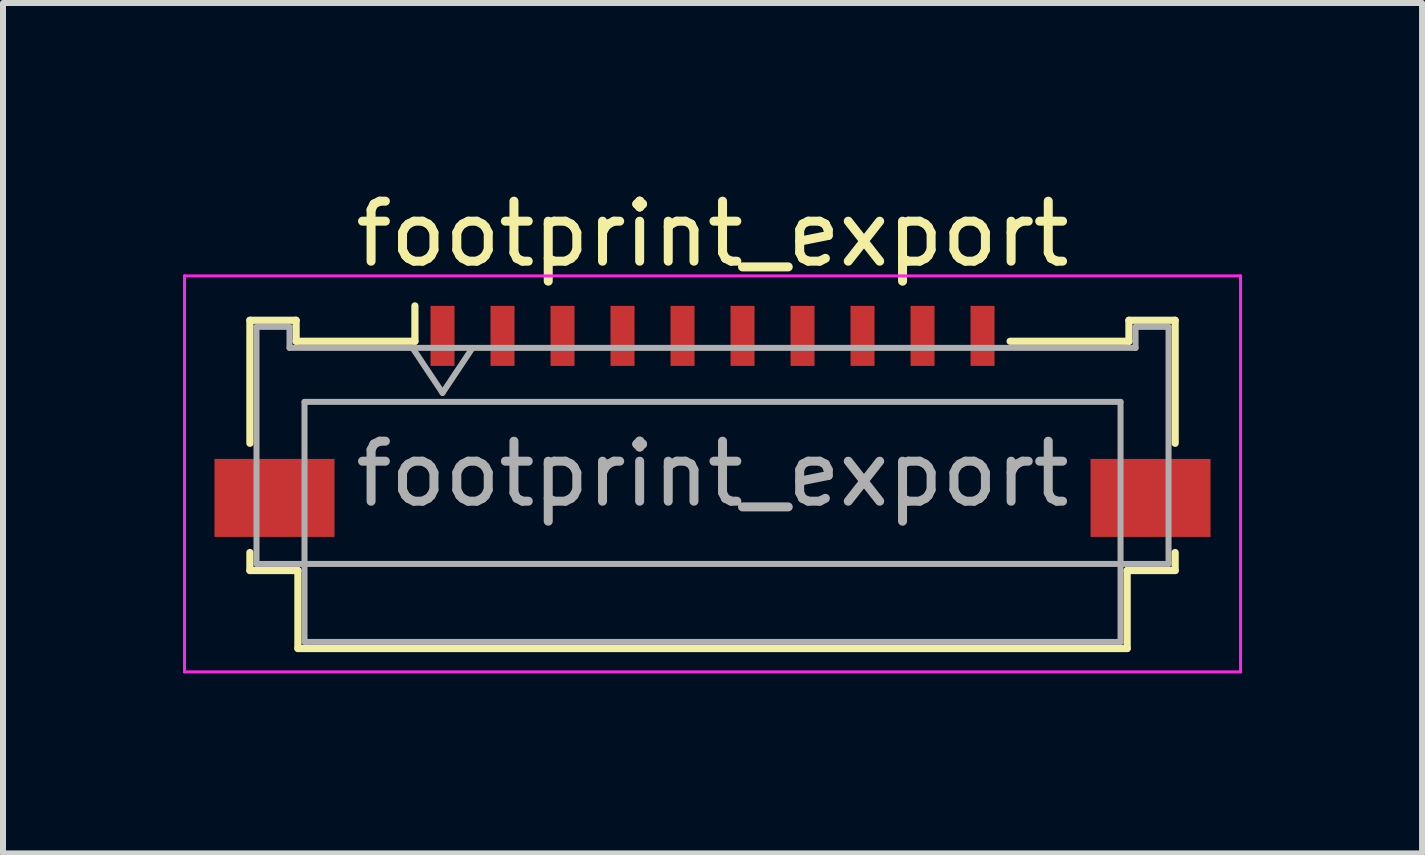
<source format=kicad_pcb>
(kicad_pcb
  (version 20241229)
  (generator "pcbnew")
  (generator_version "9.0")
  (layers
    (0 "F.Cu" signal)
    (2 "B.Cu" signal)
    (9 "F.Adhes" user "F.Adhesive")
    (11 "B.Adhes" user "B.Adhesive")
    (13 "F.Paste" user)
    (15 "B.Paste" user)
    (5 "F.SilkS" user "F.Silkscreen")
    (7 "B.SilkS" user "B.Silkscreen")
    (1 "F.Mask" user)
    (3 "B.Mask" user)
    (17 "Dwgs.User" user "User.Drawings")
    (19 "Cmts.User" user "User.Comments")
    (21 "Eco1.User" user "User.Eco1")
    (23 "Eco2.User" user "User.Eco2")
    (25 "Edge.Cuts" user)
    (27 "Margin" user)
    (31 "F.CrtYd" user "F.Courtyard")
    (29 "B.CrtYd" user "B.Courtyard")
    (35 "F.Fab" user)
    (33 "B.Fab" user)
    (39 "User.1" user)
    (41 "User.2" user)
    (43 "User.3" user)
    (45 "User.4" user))
  (footprint "footprint_export"
    (layer "F.Cu")
    (at 8.825 3.458)
    (property "Reference" "footprint_export" (at 0 -2.61 0) (layer "F.SilkS") (effects (font (size 1 1) (thickness 0.15))))
    (attr smd)
    (fp_line (start -7.71 -1.17) (end -7.71 0.88) (stroke (width 0.12) (type solid)) (layer "F.SilkS"))
    (fp_line (start -7.71 2.7) (end -7.71 3) (stroke (width 0.12) (type solid)) (layer "F.SilkS"))
    (fp_line (start -7.71 3) (end -6.91 3) (stroke (width 0.12) (type solid)) (layer "F.SilkS"))
    (fp_line (start -6.94 -1.17) (end -7.71 -1.17) (stroke (width 0.12) (type solid)) (layer "F.SilkS"))
    (fp_line (start -6.94 -0.82) (end -6.94 -1.17) (stroke (width 0.12) (type solid)) (layer "F.SilkS"))
    (fp_line (start -6.91 3) (end -6.91 4.3) (stroke (width 0.12) (type solid)) (layer "F.SilkS"))
    (fp_line (start -6.91 4.3) (end 6.91 4.3) (stroke (width 0.12) (type solid)) (layer "F.SilkS"))
    (fp_line (start -4.96 -1.41) (end -4.96 -0.82) (stroke (width 0.12) (type solid)) (layer "F.SilkS"))
    (fp_line (start -4.96 -0.82) (end -6.94 -0.82) (stroke (width 0.12) (type solid)) (layer "F.SilkS"))
    (fp_line (start 6.91 3) (end 7.71 3) (stroke (width 0.12) (type solid)) (layer "F.SilkS"))
    (fp_line (start 6.91 4.3) (end 6.91 3) (stroke (width 0.12) (type solid)) (layer "F.SilkS"))
    (fp_line (start 6.94 -1.17) (end 6.94 -0.82) (stroke (width 0.12) (type solid)) (layer "F.SilkS"))
    (fp_line (start 6.94 -0.82) (end 4.96 -0.82) (stroke (width 0.12) (type solid)) (layer "F.SilkS"))
    (fp_line (start 7.71 -1.17) (end 6.94 -1.17) (stroke (width 0.12) (type solid)) (layer "F.SilkS"))
    (fp_line (start 7.71 0.88) (end 7.71 -1.17) (stroke (width 0.12) (type solid)) (layer "F.SilkS"))
    (fp_line (start 7.71 3) (end 7.71 2.7) (stroke (width 0.12) (type solid)) (layer "F.SilkS"))
    (fp_line (start -8.8 -1.91) (end -8.8 4.69) (stroke (width 0.05) (type solid)) (layer "F.CrtYd"))
    (fp_line (start -8.8 4.69) (end 8.8 4.69) (stroke (width 0.05) (type solid)) (layer "F.CrtYd"))
    (fp_line (start 8.8 -1.91) (end -8.8 -1.91) (stroke (width 0.05) (type solid)) (layer "F.CrtYd"))
    (fp_line (start 8.8 4.69) (end 8.8 -1.91) (stroke (width 0.05) (type solid)) (layer "F.CrtYd"))
    (fp_line (start -7.6 -1.06) (end -7.6 2.89) (stroke (width 0.1) (type solid)) (layer "F.Fab"))
    (fp_line (start -7.6 2.89) (end 7.6 2.89) (stroke (width 0.1) (type solid)) (layer "F.Fab"))
    (fp_line (start -7.05 -1.06) (end -7.6 -1.06) (stroke (width 0.1) (type solid)) (layer "F.Fab"))
    (fp_line (start -7.05 -0.71) (end -7.05 -1.06) (stroke (width 0.1) (type solid)) (layer "F.Fab"))
    (fp_line (start -6.8 0.19) (end -6.8 4.19) (stroke (width 0.1) (type solid)) (layer "F.Fab"))
    (fp_line (start -6.8 4.19) (end 6.8 4.19) (stroke (width 0.1) (type solid)) (layer "F.Fab"))
    (fp_line (start -5 -0.71) (end -4.5 0.04) (stroke (width 0.1) (type solid)) (layer "F.Fab"))
    (fp_line (start -4.5 0.04) (end -4 -0.71) (stroke (width 0.1) (type solid)) (layer "F.Fab"))
    (fp_line (start 6.8 0.19) (end -6.8 0.19) (stroke (width 0.1) (type solid)) (layer "F.Fab"))
    (fp_line (start 6.8 4.19) (end 6.8 0.19) (stroke (width 0.1) (type solid)) (layer "F.Fab"))
    (fp_line (start 7.05 -1.06) (end 7.05 -0.71) (stroke (width 0.1) (type solid)) (layer "F.Fab"))
    (fp_line (start 7.05 -0.71) (end -7.05 -0.71) (stroke (width 0.1) (type solid)) (layer "F.Fab"))
    (fp_line (start 7.6 -1.06) (end 7.05 -1.06) (stroke (width 0.1) (type solid)) (layer "F.Fab"))
    (fp_line (start 7.6 2.89) (end 7.6 -1.06) (stroke (width 0.1) (type solid)) (layer "F.Fab"))
    (fp_text user "${REFERENCE}" (at 0 1.39 0) (layer "F.Fab") (effects (font (size 1 1) (thickness 0.15))))
    (pad "1" smd rect (at -4.5 -0.91) (size 0.4 1) (layers "F.Cu" "F.Mask" "F.Paste"))
    (pad "2" smd rect (at -3.5 -0.91) (size 0.4 1) (layers "F.Cu" "F.Mask" "F.Paste"))
    (pad "3" smd rect (at -2.5 -0.91) (size 0.4 1) (layers "F.Cu" "F.Mask" "F.Paste"))
    (pad "4" smd rect (at -1.5 -0.91) (size 0.4 1) (layers "F.Cu" "F.Mask" "F.Paste"))
    (pad "5" smd rect (at -0.5 -0.91) (size 0.4 1) (layers "F.Cu" "F.Mask" "F.Paste"))
    (pad "6" smd rect (at 0.5 -0.91) (size 0.4 1) (layers "F.Cu" "F.Mask" "F.Paste"))
    (pad "7" smd rect (at 1.5 -0.91) (size 0.4 1) (layers "F.Cu" "F.Mask" "F.Paste"))
    (pad "8" smd rect (at 2.5 -0.91) (size 0.4 1) (layers "F.Cu" "F.Mask" "F.Paste"))
    (pad "9" smd rect (at 3.5 -0.91) (size 0.4 1) (layers "F.Cu" "F.Mask" "F.Paste"))
    (pad "10" smd rect (at 4.5 -0.91) (size 0.4 1) (layers "F.Cu" "F.Mask" "F.Paste"))
    (pad "MP" smd rect (at -7.3 1.79) (size 2 1.3) (layers "F.Cu" "F.Mask" "F.Paste"))
    (pad "MP" smd rect (at 7.3 1.79) (size 2 1.3) (layers "F.Cu" "F.Mask" "F.Paste")))
  (gr_rect
    (start -3 -3)
    (end 20.65 11.173)
    (stroke (width 0.1) (type default))
    (fill no)
    (layer "Edge.Cuts")))
</source>
